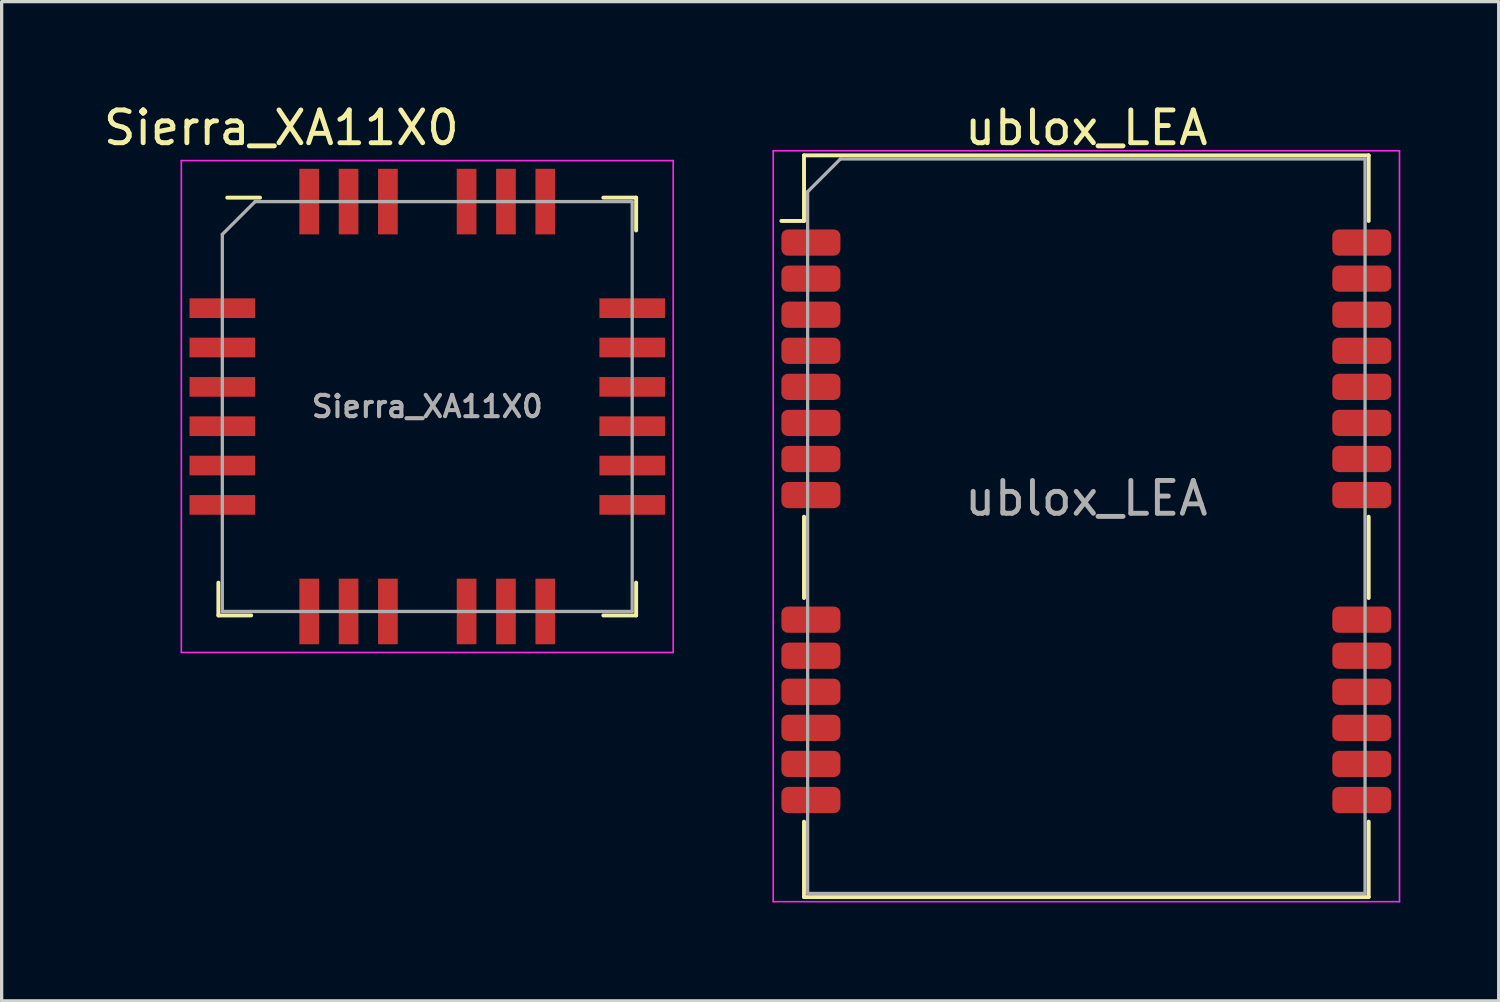
<source format=kicad_pcb>
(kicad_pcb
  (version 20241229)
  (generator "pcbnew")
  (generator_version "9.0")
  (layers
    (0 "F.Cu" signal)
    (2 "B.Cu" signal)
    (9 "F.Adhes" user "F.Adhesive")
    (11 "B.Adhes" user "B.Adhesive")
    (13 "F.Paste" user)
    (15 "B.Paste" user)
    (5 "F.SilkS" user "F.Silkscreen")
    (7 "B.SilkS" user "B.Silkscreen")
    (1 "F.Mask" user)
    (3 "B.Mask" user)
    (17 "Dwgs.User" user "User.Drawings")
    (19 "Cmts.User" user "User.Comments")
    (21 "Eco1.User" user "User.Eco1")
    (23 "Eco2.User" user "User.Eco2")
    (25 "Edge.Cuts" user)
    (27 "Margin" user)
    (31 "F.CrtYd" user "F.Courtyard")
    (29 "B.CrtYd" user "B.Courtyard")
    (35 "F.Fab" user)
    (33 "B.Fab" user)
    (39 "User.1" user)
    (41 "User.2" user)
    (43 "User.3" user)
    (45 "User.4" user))
  (footprint "Sierra_XA11X0"
    (layer "F.Cu")
    (at 9.98 9.348)
    (property "Reference" "Sierra_XA11X0" (at -4.45 -8.5 0) (layer "F.SilkS") (effects (font (size 1 1) (thickness 0.15))))
    (attr smd)
    (fp_line (start -6.37 6.37) (end -6.37 5.37) (stroke (width 0.12) (type solid)) (layer "F.SilkS"))
    (fp_line (start -6.1 -6.37) (end -5.1 -6.37) (stroke (width 0.12) (type solid)) (layer "F.SilkS"))
    (fp_line (start -5.37 6.37) (end -6.37 6.37) (stroke (width 0.12) (type solid)) (layer "F.SilkS"))
    (fp_line (start 5.37 -6.37) (end 6.37 -6.37) (stroke (width 0.12) (type solid)) (layer "F.SilkS"))
    (fp_line (start 5.37 6.37) (end 6.37 6.37) (stroke (width 0.12) (type solid)) (layer "F.SilkS"))
    (fp_line (start 6.37 -6.37) (end 6.37 -5.37) (stroke (width 0.12) (type solid)) (layer "F.SilkS"))
    (fp_line (start 6.37 6.37) (end 6.37 5.37) (stroke (width 0.12) (type solid)) (layer "F.SilkS"))
    (fp_line (start -7.5 -7.5) (end -7.5 7.5) (stroke (width 0.05) (type solid)) (layer "F.CrtYd"))
    (fp_line (start -7.5 7.5) (end 7.5 7.5) (stroke (width 0.05) (type solid)) (layer "F.CrtYd"))
    (fp_line (start 7.5 -7.5) (end -7.5 -7.5) (stroke (width 0.05) (type solid)) (layer "F.CrtYd"))
    (fp_line (start 7.5 7.5) (end 7.5 -7.5) (stroke (width 0.05) (type solid)) (layer "F.CrtYd"))
    (fp_line (start -6.25 -5.25) (end -5.25 -6.25) (stroke (width 0.1) (type solid)) (layer "F.Fab"))
    (fp_line (start -6.25 6.25) (end -6.25 -5.25) (stroke (width 0.1) (type solid)) (layer "F.Fab"))
    (fp_line (start -5.25 -6.25) (end 6.25 -6.25) (stroke (width 0.1) (type solid)) (layer "F.Fab"))
    (fp_line (start 6.25 -6.25) (end 6.25 6.25) (stroke (width 0.1) (type solid)) (layer "F.Fab"))
    (fp_line (start 6.25 6.25) (end -6.25 6.25) (stroke (width 0.1) (type solid)) (layer "F.Fab"))
    (fp_text user "${REFERENCE}" (at 0 0 0) (layer "F.Fab") (effects (font (size 0.65 0.65) (thickness 0.125))))
    (pad "1" smd rect (at -6.25 -3) (size 2 0.6) (layers "F.Cu" "F.Mask" "F.Paste"))
    (pad "2" smd rect (at -6.25 -1.8) (size 2 0.6) (layers "F.Cu" "F.Mask" "F.Paste"))
    (pad "3" smd rect (at -6.25 -0.6) (size 2 0.6) (layers "F.Cu" "F.Mask" "F.Paste"))
    (pad "4" smd rect (at -6.25 0.6) (size 2 0.6) (layers "F.Cu" "F.Mask" "F.Paste"))
    (pad "5" smd rect (at -6.25 1.8) (size 2 0.6) (layers "F.Cu" "F.Mask" "F.Paste"))
    (pad "6" smd rect (at -6.25 3) (size 2 0.6) (layers "F.Cu" "F.Mask" "F.Paste"))
    (pad "7" smd rect (at -3.6 6.25) (size 0.6 2) (layers "F.Cu" "F.Mask" "F.Paste"))
    (pad "8" smd rect (at -2.4 6.25) (size 0.6 2) (layers "F.Cu" "F.Mask" "F.Paste"))
    (pad "9" smd rect (at -1.2 6.25) (size 0.6 2) (layers "F.Cu" "F.Mask" "F.Paste"))
    (pad "10" smd rect (at 1.2 6.25) (size 0.6 2) (layers "F.Cu" "F.Mask" "F.Paste"))
    (pad "11" smd rect (at 2.4 6.25) (size 0.6 2) (layers "F.Cu" "F.Mask" "F.Paste"))
    (pad "12" smd rect (at 3.6 6.25) (size 0.6 2) (layers "F.Cu" "F.Mask" "F.Paste"))
    (pad "13" smd rect (at 6.25 3) (size 2 0.6) (layers "F.Cu" "F.Mask" "F.Paste"))
    (pad "14" smd rect (at 6.25 1.8) (size 2 0.6) (layers "F.Cu" "F.Mask" "F.Paste"))
    (pad "15" smd rect (at 6.25 0.6) (size 2 0.6) (layers "F.Cu" "F.Mask" "F.Paste"))
    (pad "16" smd rect (at 6.25 -0.6) (size 2 0.6) (layers "F.Cu" "F.Mask" "F.Paste"))
    (pad "17" smd rect (at 6.25 -1.8) (size 2 0.6) (layers "F.Cu" "F.Mask" "F.Paste"))
    (pad "18" smd rect (at 6.25 -3) (size 2 0.6) (layers "F.Cu" "F.Mask" "F.Paste"))
    (pad "19" smd rect (at 3.6 -6.25) (size 0.6 2) (layers "F.Cu" "F.Mask" "F.Paste"))
    (pad "20" smd rect (at 2.4 -6.25) (size 0.6 2) (layers "F.Cu" "F.Mask" "F.Paste"))
    (pad "21" smd rect (at 1.2 -6.25) (size 0.6 2) (layers "F.Cu" "F.Mask" "F.Paste"))
    (pad "22" smd rect (at -1.2 -6.25) (size 0.6 2) (layers "F.Cu" "F.Mask" "F.Paste"))
    (pad "23" smd rect (at -2.4 -6.25) (size 0.6 2) (layers "F.Cu" "F.Mask" "F.Paste"))
    (pad "24" smd rect (at -3.6 -6.25) (size 0.6 2) (layers "F.Cu" "F.Mask" "F.Paste")))
  (footprint "ublox_LEA"
    (layer "F.Cu")
    (at 30.08 12.848)
    (property "Reference" "ublox_LEA" (at 0 -12 0) (layer "F.SilkS") (effects (font (size 1 1) (thickness 0.15))))
    (attr smd)
    (fp_line (start -9.3 -9.16) (end -8.61 -9.16) (stroke (width 0.12) (type solid)) (layer "F.SilkS"))
    (fp_line (start -8.61 -11.16) (end -8.61 -9.16) (stroke (width 0.12) (type solid)) (layer "F.SilkS"))
    (fp_line (start -8.61 -11.16) (end 8.61 -11.16) (stroke (width 0.12) (type solid)) (layer "F.SilkS"))
    (fp_line (start -8.61 -0.14) (end -8.61 2.34) (stroke (width 0.12) (type solid)) (layer "F.SilkS"))
    (fp_line (start -8.61 9.16) (end -8.61 11.46) (stroke (width 0.12) (type solid)) (layer "F.SilkS"))
    (fp_line (start -8.61 11.46) (end 8.61 11.46) (stroke (width 0.12) (type solid)) (layer "F.SilkS"))
    (fp_line (start 8.61 -11.16) (end 8.61 -9.16) (stroke (width 0.12) (type solid)) (layer "F.SilkS"))
    (fp_line (start 8.61 -0.14) (end 8.61 2.34) (stroke (width 0.12) (type solid)) (layer "F.SilkS"))
    (fp_line (start 8.61 9.16) (end 8.61 11.46) (stroke (width 0.12) (type solid)) (layer "F.SilkS"))
    (fp_line (start -9.55 -11.3) (end -9.55 11.6) (stroke (width 0.05) (type solid)) (layer "F.CrtYd"))
    (fp_line (start -9.55 -11.3) (end 9.55 -11.3) (stroke (width 0.05) (type solid)) (layer "F.CrtYd"))
    (fp_line (start -9.55 11.6) (end 9.55 11.6) (stroke (width 0.05) (type solid)) (layer "F.CrtYd"))
    (fp_line (start 9.55 -11.3) (end 9.55 11.6) (stroke (width 0.05) (type solid)) (layer "F.CrtYd"))
    (fp_line (start -8.5 -10.05) (end -8.5 11.34) (stroke (width 0.1) (type solid)) (layer "F.Fab"))
    (fp_line (start -8.5 11.35) (end 8.5 11.35) (stroke (width 0.1) (type solid)) (layer "F.Fab"))
    (fp_line (start -7.5 -11.05) (end -8.5 -10.05) (stroke (width 0.1) (type solid)) (layer "F.Fab"))
    (fp_line (start -7.5 -11.05) (end 8.5 -11.05) (stroke (width 0.1) (type solid)) (layer "F.Fab"))
    (fp_line (start 8.5 -11.05) (end 8.5 11.35) (stroke (width 0.1) (type solid)) (layer "F.Fab"))
    (fp_text user "${REFERENCE}" (at 0 -0.7 0) (layer "F.Fab") (effects (font (size 1 1) (thickness 0.15))))
    (pad "1" smd roundrect (at -8.4 -8.5) (size 1.8 0.8) (layers "F.Cu" "F.Mask" "F.Paste") (roundrect_rratio 0.25))
    (pad "2" smd roundrect (at -8.4 -7.4) (size 1.8 0.8) (layers "F.Cu" "F.Mask" "F.Paste") (roundrect_rratio 0.25))
    (pad "3" smd roundrect (at -8.4 -6.3) (size 1.8 0.8) (layers "F.Cu" "F.Mask" "F.Paste") (roundrect_rratio 0.25))
    (pad "4" smd roundrect (at -8.4 -5.2) (size 1.8 0.8) (layers "F.Cu" "F.Mask" "F.Paste") (roundrect_rratio 0.25))
    (pad "5" smd roundrect (at -8.4 -4.1) (size 1.8 0.8) (layers "F.Cu" "F.Mask" "F.Paste") (roundrect_rratio 0.25))
    (pad "6" smd roundrect (at -8.4 -3) (size 1.8 0.8) (layers "F.Cu" "F.Mask" "F.Paste") (roundrect_rratio 0.25))
    (pad "7" smd roundrect (at -8.4 -1.9) (size 1.8 0.8) (layers "F.Cu" "F.Mask" "F.Paste") (roundrect_rratio 0.25))
    (pad "8" smd roundrect (at -8.4 -0.8) (size 1.8 0.8) (layers "F.Cu" "F.Mask" "F.Paste") (roundrect_rratio 0.25))
    (pad "9" smd roundrect (at -8.4 3) (size 1.8 0.8) (layers "F.Cu" "F.Mask" "F.Paste") (roundrect_rratio 0.25))
    (pad "10" smd roundrect (at -8.4 4.1) (size 1.8 0.8) (layers "F.Cu" "F.Mask" "F.Paste") (roundrect_rratio 0.25))
    (pad "11" smd roundrect (at -8.4 5.2) (size 1.8 0.8) (layers "F.Cu" "F.Mask" "F.Paste") (roundrect_rratio 0.25))
    (pad "12" smd roundrect (at -8.4 6.3) (size 1.8 0.8) (layers "F.Cu" "F.Mask" "F.Paste") (roundrect_rratio 0.25))
    (pad "13" smd roundrect (at -8.4 7.4) (size 1.8 0.8) (layers "F.Cu" "F.Mask" "F.Paste") (roundrect_rratio 0.25))
    (pad "14" smd roundrect (at -8.4 8.5) (size 1.8 0.8) (layers "F.Cu" "F.Mask" "F.Paste") (roundrect_rratio 0.25))
    (pad "15" smd roundrect (at 8.4 8.5) (size 1.8 0.8) (layers "F.Cu" "F.Mask" "F.Paste") (roundrect_rratio 0.25))
    (pad "16" smd roundrect (at 8.4 7.4) (size 1.8 0.8) (layers "F.Cu" "F.Mask" "F.Paste") (roundrect_rratio 0.25))
    (pad "17" smd roundrect (at 8.4 6.3) (size 1.8 0.8) (layers "F.Cu" "F.Mask" "F.Paste") (roundrect_rratio 0.25))
    (pad "18" smd roundrect (at 8.4 5.2) (size 1.8 0.8) (layers "F.Cu" "F.Mask" "F.Paste") (roundrect_rratio 0.25))
    (pad "19" smd roundrect (at 8.4 4.1) (size 1.8 0.8) (layers "F.Cu" "F.Mask" "F.Paste") (roundrect_rratio 0.25))
    (pad "20" smd roundrect (at 8.4 3) (size 1.8 0.8) (layers "F.Cu" "F.Mask" "F.Paste") (roundrect_rratio 0.25))
    (pad "21" smd roundrect (at 8.4 -0.8) (size 1.8 0.8) (layers "F.Cu" "F.Mask" "F.Paste") (roundrect_rratio 0.25))
    (pad "22" smd roundrect (at 8.4 -1.9) (size 1.8 0.8) (layers "F.Cu" "F.Mask" "F.Paste") (roundrect_rratio 0.25))
    (pad "23" smd roundrect (at 8.4 -3) (size 1.8 0.8) (layers "F.Cu" "F.Mask" "F.Paste") (roundrect_rratio 0.25))
    (pad "24" smd roundrect (at 8.4 -4.1) (size 1.8 0.8) (layers "F.Cu" "F.Mask" "F.Paste") (roundrect_rratio 0.25))
    (pad "25" smd roundrect (at 8.4 -5.2) (size 1.8 0.8) (layers "F.Cu" "F.Mask" "F.Paste") (roundrect_rratio 0.25))
    (pad "26" smd roundrect (at 8.4 -6.3) (size 1.8 0.8) (layers "F.Cu" "F.Mask" "F.Paste") (roundrect_rratio 0.25))
    (pad "27" smd roundrect (at 8.4 -7.4) (size 1.8 0.8) (layers "F.Cu" "F.Mask" "F.Paste") (roundrect_rratio 0.25))
    (pad "28" smd roundrect (at 8.4 -8.5) (size 1.8 0.8) (layers "F.Cu" "F.Mask" "F.Paste") (roundrect_rratio 0.25)))
  (gr_rect
    (start -3 -3)
    (end 42.655 27.473)
    (stroke (width 0.1) (type default))
    (fill no)
    (layer "Edge.Cuts")))
</source>
